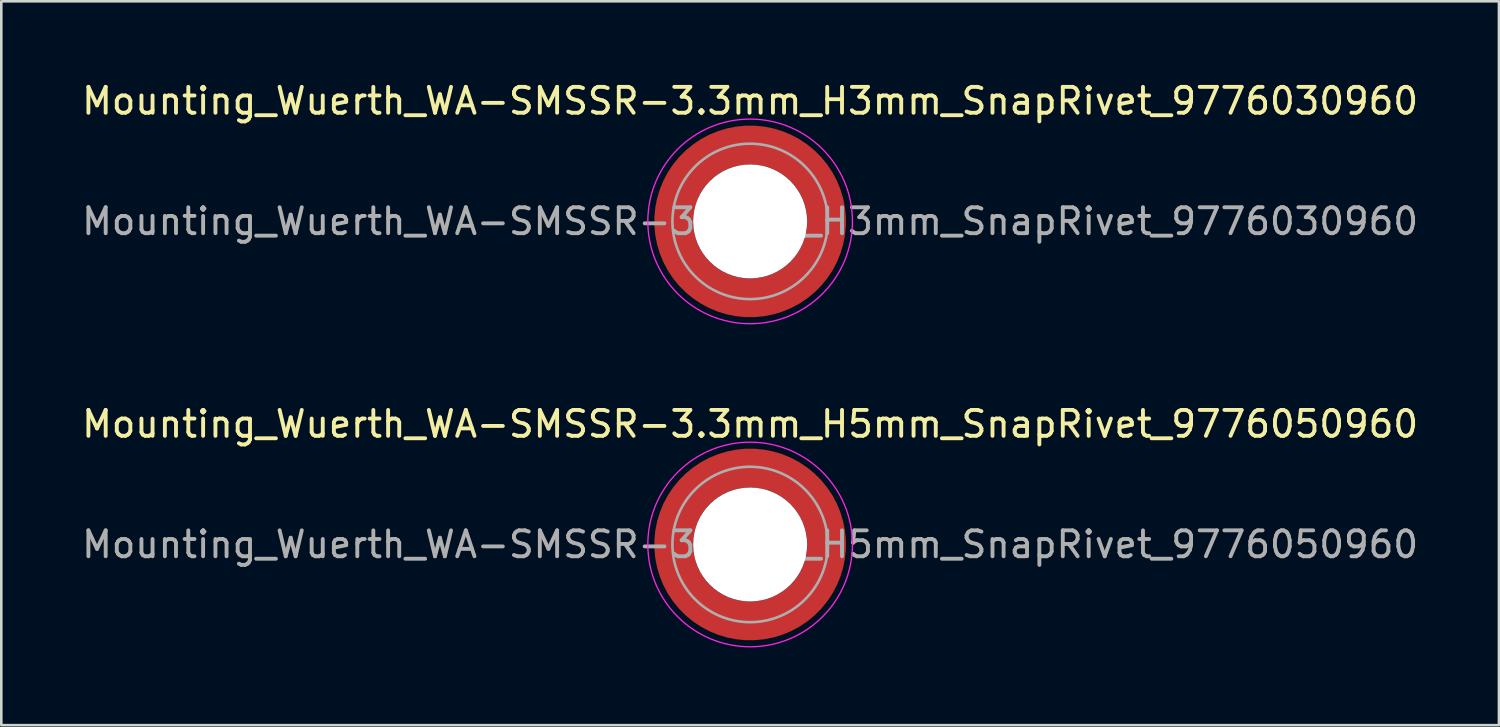
<source format=kicad_pcb>
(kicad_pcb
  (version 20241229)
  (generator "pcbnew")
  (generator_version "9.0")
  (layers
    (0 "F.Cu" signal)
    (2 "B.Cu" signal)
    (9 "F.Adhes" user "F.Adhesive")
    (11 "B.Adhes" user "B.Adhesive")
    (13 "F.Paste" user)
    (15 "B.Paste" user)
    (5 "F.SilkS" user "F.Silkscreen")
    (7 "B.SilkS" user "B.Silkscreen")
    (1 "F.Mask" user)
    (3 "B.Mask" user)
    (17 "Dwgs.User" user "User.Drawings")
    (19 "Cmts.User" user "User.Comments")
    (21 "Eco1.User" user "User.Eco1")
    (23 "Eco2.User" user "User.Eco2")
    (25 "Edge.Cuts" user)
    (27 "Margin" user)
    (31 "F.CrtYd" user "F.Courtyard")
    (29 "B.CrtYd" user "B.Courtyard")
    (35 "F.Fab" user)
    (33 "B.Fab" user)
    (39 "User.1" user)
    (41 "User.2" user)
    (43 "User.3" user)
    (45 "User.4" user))
  (footprint "Mounting_Wuerth_WA-SMSSR-3.3mm_H5mm_SnapRivet_9776050960"
    (layer "F.Cu")
    (at 25.911 17.971)
    (property "Reference" "Mounting_Wuerth_WA-SMSSR-3.3mm_H5mm_SnapRivet_9776050960" (at 0 -4.65 0) (layer "F.SilkS") (effects (font (size 1 1) (thickness 0.15))))
    (attr smd allow_soldermask_bridges)
    (fp_circle (center 0 0) (end 3.95 0) (stroke (width 0.05) (type solid)) (fill no) (layer "F.CrtYd"))
    (fp_circle (center 0 0) (end 3 0) (stroke (width 0.1) (type solid)) (fill no) (layer "F.Fab"))
    (fp_text user "${REFERENCE}" (at 0 0 0) (layer "F.Fab") (effects (font (size 1 1) (thickness 0.15))))
    (pad "" smd custom (at -2.077 -2.077) (size 0.698 0.698) (layers "F.Paste") (options (anchor circle)) (primitives (gr_arc (start -0.208831 1.577126) (mid 0.422496 0.422496) (end 1.577126 -0.208831) (width 0.2)) (gr_arc (start -0.310669 1.577126) (mid 0.35208 0.35208) (end 1.577126 -0.310669) (width 0.2)) (gr_arc (start -0.412325 1.577126) (mid 0.281664 0.281664) (end 1.577126 -0.412325) (width 0.2)) (gr_arc (start -0.51382 1.577126) (mid 0.211248 0.211248) (end 1.577126 -0.51382) (width 0.2)) (gr_arc (start -0.615172 1.577126) (mid 0.140832 0.140832) (end 1.577126 -0.615172) (width 0.2)) (gr_arc (start -0.716397 1.577126) (mid 0.070416 0.070416) (end 1.577126 -0.716397) (width 0.2)) (gr_arc (start -0.817508 1.577126) (mid 0 0) (end 1.577126 -0.817508) (width 0.2)) (gr_arc (start -0.918517 1.577126) (mid -0.070416 -0.070416) (end 1.577126 -0.918517) (width 0.2)) (gr_arc (start -1.019433 1.577126) (mid -0.140832 -0.140832) (end 1.577126 -1.019433) (width 0.2)) (gr_arc (start -1.120266 1.577126) (mid -0.211248 -0.211248) (end 1.577126 -1.120266) (width 0.2)) (gr_arc (start -1.221022 1.577126) (mid -0.281664 -0.281664) (end 1.577126 -1.221022) (width 0.2)) (gr_arc (start -1.32171 1.577126) (mid -0.35208 -0.35208) (end 1.577126 -1.32171) (width 0.2)) (gr_arc (start -1.422335 1.577126) (mid -0.422496 -0.422496) (end 1.577126 -1.422335) (width 0.2)) (gr_line (start 1.577 -0.209) (end 1.577 -1.422) (width 0.2)) (gr_line (start -0.209 1.577) (end -1.422 1.577) (width 0.2))))
    (pad "" smd custom (at -2.077 2.077) (size 0.698 0.698) (layers "F.Paste") (options (anchor circle)) (primitives (gr_arc (start 1.577126 0.208831) (mid 0.422496 -0.422496) (end -0.208831 -1.577126) (width 0.2)) (gr_arc (start 1.577126 0.310669) (mid 0.35208 -0.35208) (end -0.310669 -1.577126) (width 0.2)) (gr_arc (start 1.577126 0.412325) (mid 0.281664 -0.281664) (end -0.412325 -1.577126) (width 0.2)) (gr_arc (start 1.577126 0.51382) (mid 0.211248 -0.211248) (end -0.51382 -1.577126) (width 0.2)) (gr_arc (start 1.577126 0.615172) (mid 0.140832 -0.140832) (end -0.615172 -1.577126) (width 0.2)) (gr_arc (start 1.577126 0.716397) (mid 0.070416 -0.070416) (end -0.716397 -1.577126) (width 0.2)) (gr_arc (start 1.577126 0.817508) (mid 0 0) (end -0.817508 -1.577126) (width 0.2)) (gr_arc (start 1.577126 0.918517) (mid -0.070416 0.070416) (end -0.918517 -1.577126) (width 0.2)) (gr_arc (start 1.577126 1.019433) (mid -0.140832 0.140832) (end -1.019433 -1.577126) (width 0.2)) (gr_arc (start 1.577126 1.120266) (mid -0.211248 0.211248) (end -1.120266 -1.577126) (width 0.2)) (gr_arc (start 1.577126 1.221022) (mid -0.281664 0.281664) (end -1.221022 -1.577126) (width 0.2)) (gr_arc (start 1.577126 1.32171) (mid -0.35208 0.35208) (end -1.32171 -1.577126) (width 0.2)) (gr_arc (start 1.577126 1.422335) (mid -0.422496 0.422496) (end -1.422335 -1.577126) (width 0.2)) (gr_line (start -0.209 -1.577) (end -1.422 -1.577) (width 0.2)) (gr_line (start 1.577 0.209) (end 1.577 1.422) (width 0.2))))
    (pad "" np_thru_hole circle (at 0 0) (size 4.4 4.4) (drill 4.4) (layers "*.Cu" "*.Mask"))
    (pad "" smd custom (at 2.077 -2.077) (size 0.698 0.698) (layers "F.Paste") (options (anchor circle)) (primitives (gr_arc (start -1.577126 -0.208831) (mid -0.422496 0.422496) (end 0.208831 1.577126) (width 0.2)) (gr_arc (start -1.577126 -0.310669) (mid -0.35208 0.35208) (end 0.310669 1.577126) (width 0.2)) (gr_arc (start -1.577126 -0.412325) (mid -0.281664 0.281664) (end 0.412325 1.577126) (width 0.2)) (gr_arc (start -1.577126 -0.51382) (mid -0.211248 0.211248) (end 0.51382 1.577126) (width 0.2)) (gr_arc (start -1.577126 -0.615172) (mid -0.140832 0.140832) (end 0.615172 1.577126) (width 0.2)) (gr_arc (start -1.577126 -0.716397) (mid -0.070416 0.070416) (end 0.716397 1.577126) (width 0.2)) (gr_arc (start -1.577126 -0.817508) (mid 0 0) (end 0.817508 1.577126) (width 0.2)) (gr_arc (start -1.577126 -0.918517) (mid 0.070416 -0.070416) (end 0.918517 1.577126) (width 0.2)) (gr_arc (start -1.577126 -1.019433) (mid 0.140832 -0.140832) (end 1.019433 1.577126) (width 0.2)) (gr_arc (start -1.577126 -1.120266) (mid 0.211248 -0.211248) (end 1.120266 1.577126) (width 0.2)) (gr_arc (start -1.577126 -1.221022) (mid 0.281664 -0.281664) (end 1.221022 1.577126) (width 0.2)) (gr_arc (start -1.577126 -1.32171) (mid 0.35208 -0.35208) (end 1.32171 1.577126) (width 0.2)) (gr_arc (start -1.577126 -1.422335) (mid 0.422496 -0.422496) (end 1.422335 1.577126) (width 0.2)) (gr_line (start 0.209 1.577) (end 1.422 1.577) (width 0.2)) (gr_line (start -1.577 -0.209) (end -1.577 -1.422) (width 0.2))))
    (pad "" smd custom (at 2.077 2.077) (size 0.698 0.698) (layers "F.Paste") (options (anchor circle)) (primitives (gr_arc (start 0.208831 -1.577126) (mid -0.422496 -0.422496) (end -1.577126 0.208831) (width 0.2)) (gr_arc (start 0.310669 -1.577126) (mid -0.35208 -0.35208) (end -1.577126 0.310669) (width 0.2)) (gr_arc (start 0.412325 -1.577126) (mid -0.281664 -0.281664) (end -1.577126 0.412325) (width 0.2)) (gr_arc (start 0.51382 -1.577126) (mid -0.211248 -0.211248) (end -1.577126 0.51382) (width 0.2)) (gr_arc (start 0.615172 -1.577126) (mid -0.140832 -0.140832) (end -1.577126 0.615172) (width 0.2)) (gr_arc (start 0.716397 -1.577126) (mid -0.070416 -0.070416) (end -1.577126 0.716397) (width 0.2)) (gr_arc (start 0.817508 -1.577126) (mid 0 0) (end -1.577126 0.817508) (width 0.2)) (gr_arc (start 0.918517 -1.577126) (mid 0.070416 0.070416) (end -1.577126 0.918517) (width 0.2)) (gr_arc (start 1.019433 -1.577126) (mid 0.140832 0.140832) (end -1.577126 1.019433) (width 0.2)) (gr_arc (start 1.120266 -1.577126) (mid 0.211248 0.211248) (end -1.577126 1.120266) (width 0.2)) (gr_arc (start 1.221022 -1.577126) (mid 0.281664 0.281664) (end -1.577126 1.221022) (width 0.2)) (gr_arc (start 1.32171 -1.577126) (mid 0.35208 0.35208) (end -1.577126 1.32171) (width 0.2)) (gr_arc (start 1.422335 -1.577126) (mid 0.422496 0.422496) (end -1.577126 1.422335) (width 0.2)) (gr_line (start -1.577 0.209) (end -1.577 1.422) (width 0.2)) (gr_line (start 0.209 -1.577) (end 1.422 -1.577) (width 0.2))))
    (pad "1" smd circle (at -2.95 0) (size 0.992 0.992) (layers "F.Cu"))
    (pad "1" smd circle (at 0 -2.95) (size 0.992 0.992) (layers "F.Cu"))
    (pad "1" smd circle (at 0 2.95) (size 0.992 0.992) (layers "F.Cu"))
    (pad "1" smd custom (at 2.95 0) (size 1.5 1.5) (layers "F.Cu" "F.Mask") (options (anchor circle)) (primitives (gr_circle (center -2.95 0) (end 0 0) (width 1.5) (fill no)))))
  (footprint "Mounting_Wuerth_WA-SMSSR-3.3mm_H3mm_SnapRivet_9776030960"
    (layer "F.Cu")
    (at 25.911 5.498)
    (property "Reference" "Mounting_Wuerth_WA-SMSSR-3.3mm_H3mm_SnapRivet_9776030960" (at 0 -4.65 0) (layer "F.SilkS") (effects (font (size 1 1) (thickness 0.15))))
    (attr smd allow_soldermask_bridges)
    (fp_circle (center 0 0) (end 3.95 0) (stroke (width 0.05) (type solid)) (fill no) (layer "F.CrtYd"))
    (fp_circle (center 0 0) (end 3 0) (stroke (width 0.1) (type solid)) (fill no) (layer "F.Fab"))
    (fp_text user "${REFERENCE}" (at 0 0 0) (layer "F.Fab") (effects (font (size 1 1) (thickness 0.15))))
    (pad "" smd custom (at -2.077 -2.077) (size 0.698 0.698) (layers "F.Paste") (options (anchor circle)) (primitives (gr_arc (start -0.208831 1.577126) (mid 0.422496 0.422496) (end 1.577126 -0.208831) (width 0.2)) (gr_arc (start -0.310669 1.577126) (mid 0.35208 0.35208) (end 1.577126 -0.310669) (width 0.2)) (gr_arc (start -0.412325 1.577126) (mid 0.281664 0.281664) (end 1.577126 -0.412325) (width 0.2)) (gr_arc (start -0.51382 1.577126) (mid 0.211248 0.211248) (end 1.577126 -0.51382) (width 0.2)) (gr_arc (start -0.615172 1.577126) (mid 0.140832 0.140832) (end 1.577126 -0.615172) (width 0.2)) (gr_arc (start -0.716397 1.577126) (mid 0.070416 0.070416) (end 1.577126 -0.716397) (width 0.2)) (gr_arc (start -0.817508 1.577126) (mid 0 0) (end 1.577126 -0.817508) (width 0.2)) (gr_arc (start -0.918517 1.577126) (mid -0.070416 -0.070416) (end 1.577126 -0.918517) (width 0.2)) (gr_arc (start -1.019433 1.577126) (mid -0.140832 -0.140832) (end 1.577126 -1.019433) (width 0.2)) (gr_arc (start -1.120266 1.577126) (mid -0.211248 -0.211248) (end 1.577126 -1.120266) (width 0.2)) (gr_arc (start -1.221022 1.577126) (mid -0.281664 -0.281664) (end 1.577126 -1.221022) (width 0.2)) (gr_arc (start -1.32171 1.577126) (mid -0.35208 -0.35208) (end 1.577126 -1.32171) (width 0.2)) (gr_arc (start -1.422335 1.577126) (mid -0.422496 -0.422496) (end 1.577126 -1.422335) (width 0.2)) (gr_line (start 1.577 -0.209) (end 1.577 -1.422) (width 0.2)) (gr_line (start -0.209 1.577) (end -1.422 1.577) (width 0.2))))
    (pad "" smd custom (at -2.077 2.077) (size 0.698 0.698) (layers "F.Paste") (options (anchor circle)) (primitives (gr_arc (start 1.577126 0.208831) (mid 0.422496 -0.422496) (end -0.208831 -1.577126) (width 0.2)) (gr_arc (start 1.577126 0.310669) (mid 0.35208 -0.35208) (end -0.310669 -1.577126) (width 0.2)) (gr_arc (start 1.577126 0.412325) (mid 0.281664 -0.281664) (end -0.412325 -1.577126) (width 0.2)) (gr_arc (start 1.577126 0.51382) (mid 0.211248 -0.211248) (end -0.51382 -1.577126) (width 0.2)) (gr_arc (start 1.577126 0.615172) (mid 0.140832 -0.140832) (end -0.615172 -1.577126) (width 0.2)) (gr_arc (start 1.577126 0.716397) (mid 0.070416 -0.070416) (end -0.716397 -1.577126) (width 0.2)) (gr_arc (start 1.577126 0.817508) (mid 0 0) (end -0.817508 -1.577126) (width 0.2)) (gr_arc (start 1.577126 0.918517) (mid -0.070416 0.070416) (end -0.918517 -1.577126) (width 0.2)) (gr_arc (start 1.577126 1.019433) (mid -0.140832 0.140832) (end -1.019433 -1.577126) (width 0.2)) (gr_arc (start 1.577126 1.120266) (mid -0.211248 0.211248) (end -1.120266 -1.577126) (width 0.2)) (gr_arc (start 1.577126 1.221022) (mid -0.281664 0.281664) (end -1.221022 -1.577126) (width 0.2)) (gr_arc (start 1.577126 1.32171) (mid -0.35208 0.35208) (end -1.32171 -1.577126) (width 0.2)) (gr_arc (start 1.577126 1.422335) (mid -0.422496 0.422496) (end -1.422335 -1.577126) (width 0.2)) (gr_line (start -0.209 -1.577) (end -1.422 -1.577) (width 0.2)) (gr_line (start 1.577 0.209) (end 1.577 1.422) (width 0.2))))
    (pad "" np_thru_hole circle (at 0 0) (size 4.4 4.4) (drill 4.4) (layers "*.Cu" "*.Mask"))
    (pad "" smd custom (at 2.077 -2.077) (size 0.698 0.698) (layers "F.Paste") (options (anchor circle)) (primitives (gr_arc (start -1.577126 -0.208831) (mid -0.422496 0.422496) (end 0.208831 1.577126) (width 0.2)) (gr_arc (start -1.577126 -0.310669) (mid -0.35208 0.35208) (end 0.310669 1.577126) (width 0.2)) (gr_arc (start -1.577126 -0.412325) (mid -0.281664 0.281664) (end 0.412325 1.577126) (width 0.2)) (gr_arc (start -1.577126 -0.51382) (mid -0.211248 0.211248) (end 0.51382 1.577126) (width 0.2)) (gr_arc (start -1.577126 -0.615172) (mid -0.140832 0.140832) (end 0.615172 1.577126) (width 0.2)) (gr_arc (start -1.577126 -0.716397) (mid -0.070416 0.070416) (end 0.716397 1.577126) (width 0.2)) (gr_arc (start -1.577126 -0.817508) (mid 0 0) (end 0.817508 1.577126) (width 0.2)) (gr_arc (start -1.577126 -0.918517) (mid 0.070416 -0.070416) (end 0.918517 1.577126) (width 0.2)) (gr_arc (start -1.577126 -1.019433) (mid 0.140832 -0.140832) (end 1.019433 1.577126) (width 0.2)) (gr_arc (start -1.577126 -1.120266) (mid 0.211248 -0.211248) (end 1.120266 1.577126) (width 0.2)) (gr_arc (start -1.577126 -1.221022) (mid 0.281664 -0.281664) (end 1.221022 1.577126) (width 0.2)) (gr_arc (start -1.577126 -1.32171) (mid 0.35208 -0.35208) (end 1.32171 1.577126) (width 0.2)) (gr_arc (start -1.577126 -1.422335) (mid 0.422496 -0.422496) (end 1.422335 1.577126) (width 0.2)) (gr_line (start 0.209 1.577) (end 1.422 1.577) (width 0.2)) (gr_line (start -1.577 -0.209) (end -1.577 -1.422) (width 0.2))))
    (pad "" smd custom (at 2.077 2.077) (size 0.698 0.698) (layers "F.Paste") (options (anchor circle)) (primitives (gr_arc (start 0.208831 -1.577126) (mid -0.422496 -0.422496) (end -1.577126 0.208831) (width 0.2)) (gr_arc (start 0.310669 -1.577126) (mid -0.35208 -0.35208) (end -1.577126 0.310669) (width 0.2)) (gr_arc (start 0.412325 -1.577126) (mid -0.281664 -0.281664) (end -1.577126 0.412325) (width 0.2)) (gr_arc (start 0.51382 -1.577126) (mid -0.211248 -0.211248) (end -1.577126 0.51382) (width 0.2)) (gr_arc (start 0.615172 -1.577126) (mid -0.140832 -0.140832) (end -1.577126 0.615172) (width 0.2)) (gr_arc (start 0.716397 -1.577126) (mid -0.070416 -0.070416) (end -1.577126 0.716397) (width 0.2)) (gr_arc (start 0.817508 -1.577126) (mid 0 0) (end -1.577126 0.817508) (width 0.2)) (gr_arc (start 0.918517 -1.577126) (mid 0.070416 0.070416) (end -1.577126 0.918517) (width 0.2)) (gr_arc (start 1.019433 -1.577126) (mid 0.140832 0.140832) (end -1.577126 1.019433) (width 0.2)) (gr_arc (start 1.120266 -1.577126) (mid 0.211248 0.211248) (end -1.577126 1.120266) (width 0.2)) (gr_arc (start 1.221022 -1.577126) (mid 0.281664 0.281664) (end -1.577126 1.221022) (width 0.2)) (gr_arc (start 1.32171 -1.577126) (mid 0.35208 0.35208) (end -1.577126 1.32171) (width 0.2)) (gr_arc (start 1.422335 -1.577126) (mid 0.422496 0.422496) (end -1.577126 1.422335) (width 0.2)) (gr_line (start -1.577 0.209) (end -1.577 1.422) (width 0.2)) (gr_line (start 0.209 -1.577) (end 1.422 -1.577) (width 0.2))))
    (pad "1" smd circle (at -2.95 0) (size 0.992 0.992) (layers "F.Cu"))
    (pad "1" smd circle (at 0 -2.95) (size 0.992 0.992) (layers "F.Cu"))
    (pad "1" smd circle (at 0 2.95) (size 0.992 0.992) (layers "F.Cu"))
    (pad "1" smd custom (at 2.95 0) (size 1.5 1.5) (layers "F.Cu" "F.Mask") (options (anchor circle)) (primitives (gr_circle (center -2.95 0) (end 0 0) (width 1.5) (fill no)))))
  (gr_rect
    (start -3 -3)
    (end 54.821 24.947)
    (stroke (width 0.1) (type default))
    (fill no)
    (layer "Edge.Cuts")))
</source>
